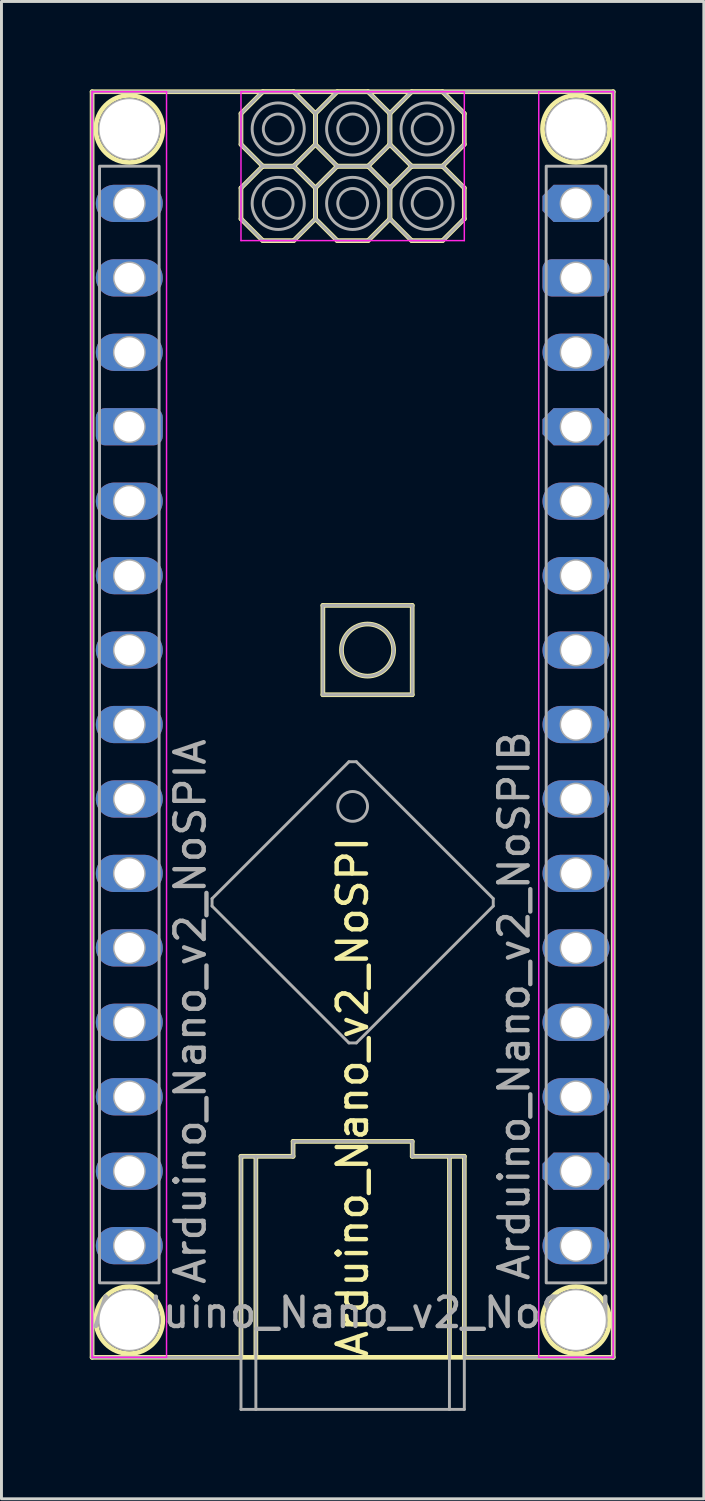
<source format=kicad_pcb>
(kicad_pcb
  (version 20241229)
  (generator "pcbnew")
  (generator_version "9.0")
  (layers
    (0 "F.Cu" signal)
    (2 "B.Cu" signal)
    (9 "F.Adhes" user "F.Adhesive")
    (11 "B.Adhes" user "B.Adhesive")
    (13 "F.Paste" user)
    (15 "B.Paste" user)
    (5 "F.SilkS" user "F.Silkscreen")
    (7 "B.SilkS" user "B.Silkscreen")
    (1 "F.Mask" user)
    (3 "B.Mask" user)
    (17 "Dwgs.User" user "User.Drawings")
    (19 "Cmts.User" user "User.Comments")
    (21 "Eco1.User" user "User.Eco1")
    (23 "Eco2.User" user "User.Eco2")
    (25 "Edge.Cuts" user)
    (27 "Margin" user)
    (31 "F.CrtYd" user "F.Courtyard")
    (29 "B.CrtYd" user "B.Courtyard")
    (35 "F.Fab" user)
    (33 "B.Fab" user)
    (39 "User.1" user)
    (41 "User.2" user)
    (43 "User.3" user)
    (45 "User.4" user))
  (footprint "Arduino_Nano_v2_NoSPI"
    (layer "F.Cu")
    (at 8.982 1.35)
    (property "Reference" "Arduino_Nano_v2_NoSPI" (at 0 33.02 270) (layer "F.SilkS") (effects (font (size 1 1) (thickness 0.15))))
    (attr through_hole)
    (fp_line (start -8.89 -1.27) (end -8.89 41.91) (stroke (width 0.16) (type solid)) (layer "F.SilkS"))
    (fp_line (start -8.89 41.91) (end -3.81 41.91) (stroke (width 0.16) (type solid)) (layer "F.SilkS"))
    (fp_line (start -3.81 -0.526) (end -3.81 0.526) (stroke (width 0.16) (type solid)) (layer "F.SilkS"))
    (fp_line (start -3.81 0.526) (end -3.066 1.27) (stroke (width 0.16) (type solid)) (layer "F.SilkS"))
    (fp_line (start -3.81 2.014) (end -3.81 3.066) (stroke (width 0.16) (type solid)) (layer "F.SilkS"))
    (fp_line (start -3.81 3.066) (end -3.066 3.81) (stroke (width 0.16) (type solid)) (layer "F.SilkS"))
    (fp_line (start -3.81 35.052) (end -3.81 41.91) (stroke (width 0.16) (type solid)) (layer "F.SilkS"))
    (fp_line (start -3.302 35.052) (end -3.81 35.052) (stroke (width 0.16) (type solid)) (layer "F.SilkS"))
    (fp_line (start -3.302 35.052) (end -3.302 41.91) (stroke (width 0.16) (type solid)) (layer "F.SilkS"))
    (fp_line (start -3.302 35.052) (end -2.032 35.052) (stroke (width 0.16) (type solid)) (layer "F.SilkS"))
    (fp_line (start -3.302 41.91) (end -3.81 41.91) (stroke (width 0.16) (type solid)) (layer "F.SilkS"))
    (fp_line (start -3.066 -1.27) (end -3.81 -0.526) (stroke (width 0.16) (type solid)) (layer "F.SilkS"))
    (fp_line (start -3.066 1.27) (end -3.81 2.014) (stroke (width 0.16) (type solid)) (layer "F.SilkS"))
    (fp_line (start -3.066 1.27) (end -2.014 1.27) (stroke (width 0.16) (type solid)) (layer "F.SilkS"))
    (fp_line (start -3.066 3.81) (end -2.014 3.81) (stroke (width 0.16) (type solid)) (layer "F.SilkS"))
    (fp_line (start -2.032 34.544) (end -2.032 35.052) (stroke (width 0.16) (type solid)) (layer "F.SilkS"))
    (fp_line (start -2.032 34.544) (end 2.032 34.544) (stroke (width 0.16) (type solid)) (layer "F.SilkS"))
    (fp_line (start -2.014 -1.27) (end -3.066 -1.27) (stroke (width 0.16) (type solid)) (layer "F.SilkS"))
    (fp_line (start -2.014 1.27) (end -3.066 1.27) (stroke (width 0.16) (type solid)) (layer "F.SilkS"))
    (fp_line (start -2.014 1.27) (end -1.27 0.526) (stroke (width 0.16) (type solid)) (layer "F.SilkS"))
    (fp_line (start -2.014 3.81) (end -1.27 3.066) (stroke (width 0.16) (type solid)) (layer "F.SilkS"))
    (fp_line (start -1.27 -0.526) (end -2.014 -1.27) (stroke (width 0.16) (type solid)) (layer "F.SilkS"))
    (fp_line (start -1.27 -0.526) (end -1.27 0.526) (stroke (width 0.16) (type solid)) (layer "F.SilkS"))
    (fp_line (start -1.27 0.526) (end -1.27 -0.526) (stroke (width 0.16) (type solid)) (layer "F.SilkS"))
    (fp_line (start -1.27 0.526) (end -0.526 1.27) (stroke (width 0.16) (type solid)) (layer "F.SilkS"))
    (fp_line (start -1.27 2.014) (end -2.014 1.27) (stroke (width 0.16) (type solid)) (layer "F.SilkS"))
    (fp_line (start -1.27 2.014) (end -1.27 3.066) (stroke (width 0.16) (type solid)) (layer "F.SilkS"))
    (fp_line (start -1.27 3.066) (end -1.27 2.014) (stroke (width 0.16) (type solid)) (layer "F.SilkS"))
    (fp_line (start -1.27 3.066) (end -0.526 3.81) (stroke (width 0.16) (type solid)) (layer "F.SilkS"))
    (fp_line (start -1.016 16.256) (end -1.016 19.304) (stroke (width 0.16) (type solid)) (layer "F.SilkS"))
    (fp_line (start -1.016 19.304) (end 2.032 19.304) (stroke (width 0.16) (type solid)) (layer "F.SilkS"))
    (fp_line (start -0.526 -1.27) (end -1.27 -0.526) (stroke (width 0.16) (type solid)) (layer "F.SilkS"))
    (fp_line (start -0.526 1.27) (end -1.27 2.014) (stroke (width 0.16) (type solid)) (layer "F.SilkS"))
    (fp_line (start -0.526 1.27) (end 0.526 1.27) (stroke (width 0.16) (type solid)) (layer "F.SilkS"))
    (fp_line (start -0.526 3.81) (end 0.526 3.81) (stroke (width 0.16) (type solid)) (layer "F.SilkS"))
    (fp_line (start 0.526 -1.27) (end -0.526 -1.27) (stroke (width 0.16) (type solid)) (layer "F.SilkS"))
    (fp_line (start 0.526 1.27) (end -0.526 1.27) (stroke (width 0.16) (type solid)) (layer "F.SilkS"))
    (fp_line (start 0.526 1.27) (end 1.27 0.526) (stroke (width 0.16) (type solid)) (layer "F.SilkS"))
    (fp_line (start 0.526 3.81) (end 1.27 3.066) (stroke (width 0.16) (type solid)) (layer "F.SilkS"))
    (fp_line (start 1.27 -0.526) (end 0.526 -1.27) (stroke (width 0.16) (type solid)) (layer "F.SilkS"))
    (fp_line (start 1.27 -0.526) (end 1.27 0.526) (stroke (width 0.16) (type solid)) (layer "F.SilkS"))
    (fp_line (start 1.27 0.526) (end 1.27 -0.526) (stroke (width 0.16) (type solid)) (layer "F.SilkS"))
    (fp_line (start 1.27 0.526) (end 2.014 1.27) (stroke (width 0.16) (type solid)) (layer "F.SilkS"))
    (fp_line (start 1.27 2.014) (end 0.526 1.27) (stroke (width 0.16) (type solid)) (layer "F.SilkS"))
    (fp_line (start 1.27 2.014) (end 1.27 3.066) (stroke (width 0.16) (type solid)) (layer "F.SilkS"))
    (fp_line (start 1.27 3.066) (end 1.27 2.014) (stroke (width 0.16) (type solid)) (layer "F.SilkS"))
    (fp_line (start 1.27 3.066) (end 2.014 3.81) (stroke (width 0.16) (type solid)) (layer "F.SilkS"))
    (fp_line (start 2.014 -1.27) (end 1.27 -0.526) (stroke (width 0.16) (type solid)) (layer "F.SilkS"))
    (fp_line (start 2.014 1.27) (end 1.27 2.014) (stroke (width 0.16) (type solid)) (layer "F.SilkS"))
    (fp_line (start 2.014 1.27) (end 3.066 1.27) (stroke (width 0.16) (type solid)) (layer "F.SilkS"))
    (fp_line (start 2.014 3.81) (end 3.066 3.81) (stroke (width 0.16) (type solid)) (layer "F.SilkS"))
    (fp_line (start 2.032 16.256) (end -1.016 16.256) (stroke (width 0.16) (type solid)) (layer "F.SilkS"))
    (fp_line (start 2.032 19.304) (end 2.032 16.256) (stroke (width 0.16) (type solid)) (layer "F.SilkS"))
    (fp_line (start 2.032 34.544) (end 2.032 35.052) (stroke (width 0.16) (type solid)) (layer "F.SilkS"))
    (fp_line (start 3.066 -1.27) (end 2.014 -1.27) (stroke (width 0.16) (type solid)) (layer "F.SilkS"))
    (fp_line (start 3.066 1.27) (end 2.014 1.27) (stroke (width 0.16) (type solid)) (layer "F.SilkS"))
    (fp_line (start 3.066 1.27) (end 3.81 0.526) (stroke (width 0.16) (type solid)) (layer "F.SilkS"))
    (fp_line (start 3.066 3.81) (end 3.81 3.066) (stroke (width 0.16) (type solid)) (layer "F.SilkS"))
    (fp_line (start 3.302 35.052) (end 2.032 35.052) (stroke (width 0.16) (type solid)) (layer "F.SilkS"))
    (fp_line (start 3.302 35.052) (end 3.302 41.91) (stroke (width 0.16) (type solid)) (layer "F.SilkS"))
    (fp_line (start 3.302 35.052) (end 3.81 35.052) (stroke (width 0.16) (type solid)) (layer "F.SilkS"))
    (fp_line (start 3.302 41.91) (end -3.302 41.91) (stroke (width 0.16) (type solid)) (layer "F.SilkS"))
    (fp_line (start 3.81 -0.526) (end 3.066 -1.27) (stroke (width 0.16) (type solid)) (layer "F.SilkS"))
    (fp_line (start 3.81 0.526) (end 3.81 -0.526) (stroke (width 0.16) (type solid)) (layer "F.SilkS"))
    (fp_line (start 3.81 2.014) (end 3.066 1.27) (stroke (width 0.16) (type solid)) (layer "F.SilkS"))
    (fp_line (start 3.81 3.066) (end 3.81 2.014) (stroke (width 0.16) (type solid)) (layer "F.SilkS"))
    (fp_line (start 3.81 35.052) (end 3.81 41.91) (stroke (width 0.16) (type solid)) (layer "F.SilkS"))
    (fp_line (start 3.81 41.91) (end 3.302 41.91) (stroke (width 0.16) (type solid)) (layer "F.SilkS"))
    (fp_line (start 3.81 41.91) (end 8.89 41.91) (stroke (width 0.16) (type solid)) (layer "F.SilkS"))
    (fp_line (start 8.89 -1.27) (end -8.89 -1.27) (stroke (width 0.16) (type solid)) (layer "F.SilkS"))
    (fp_line (start 8.89 41.91) (end 8.89 -1.27) (stroke (width 0.16) (type solid)) (layer "F.SilkS"))
    (fp_circle (center -7.62 0) (end -8.763 0) (stroke (width 0.16) (type solid)) (fill no) (layer "F.SilkS"))
    (fp_circle (center -7.62 40.64) (end -8.763 40.64) (stroke (width 0.16) (type solid)) (fill no) (layer "F.SilkS"))
    (fp_circle (center 0.508 17.78) (end -0.381 17.78) (stroke (width 0.16) (type solid)) (fill no) (layer "F.SilkS"))
    (fp_circle (center 7.62 0) (end 6.477 0) (stroke (width 0.16) (type solid)) (fill no) (layer "F.SilkS"))
    (fp_circle (center 7.62 40.64) (end 6.477 40.64) (stroke (width 0.16) (type solid)) (fill no) (layer "F.SilkS"))
    (fp_line (start -8.89 -1.27) (end -8.89 41.91) (stroke (width 0.05) (type solid)) (layer "F.CrtYd"))
    (fp_line (start -8.89 41.91) (end -6.35 41.91) (stroke (width 0.05) (type solid)) (layer "F.CrtYd"))
    (fp_line (start -6.35 -1.27) (end -8.89 -1.27) (stroke (width 0.05) (type default)) (layer "F.CrtYd"))
    (fp_line (start -6.35 -1.27) (end -6.35 41.91) (stroke (width 0.05) (type default)) (layer "F.CrtYd"))
    (fp_line (start -3.81 3.81) (end -3.81 -1.27) (stroke (width 0.05) (type default)) (layer "F.CrtYd"))
    (fp_line (start 3.81 -1.27) (end -3.81 -1.27) (stroke (width 0.05) (type solid)) (layer "F.CrtYd"))
    (fp_line (start 3.81 -1.27) (end 3.81 3.81) (stroke (width 0.05) (type default)) (layer "F.CrtYd"))
    (fp_line (start 3.81 3.81) (end -3.81 3.81) (stroke (width 0.05) (type default)) (layer "F.CrtYd"))
    (fp_line (start 6.35 -1.27) (end 8.89 -1.27) (stroke (width 0.05) (type default)) (layer "F.CrtYd"))
    (fp_line (start 6.35 41.91) (end 6.35 -1.27) (stroke (width 0.05) (type default)) (layer "F.CrtYd"))
    (fp_line (start 6.35 41.91) (end 8.89 41.91) (stroke (width 0.05) (type solid)) (layer "F.CrtYd"))
    (fp_line (start 8.89 41.91) (end 8.89 -1.27) (stroke (width 0.05) (type solid)) (layer "F.CrtYd"))
    (fp_line (start -8.89 -1.27) (end -8.89 41.91) (stroke (width 0.1) (type solid)) (layer "F.Fab"))
    (fp_line (start -8.89 41.91) (end -3.81 41.91) (stroke (width 0.1) (type solid)) (layer "F.Fab"))
    (fp_line (start -4.797 26.26) (end -0.127 21.59) (stroke (width 0.1) (type solid)) (layer "F.Fab"))
    (fp_line (start -4.797 26.514) (end -4.797 26.26) (stroke (width 0.1) (type solid)) (layer "F.Fab"))
    (fp_line (start -3.81 -0.526) (end -3.81 0.526) (stroke (width 0.1) (type solid)) (layer "F.Fab"))
    (fp_line (start -3.81 0.526) (end -3.066 1.27) (stroke (width 0.1) (type solid)) (layer "F.Fab"))
    (fp_line (start -3.81 2.014) (end -3.81 3.066) (stroke (width 0.1) (type solid)) (layer "F.Fab"))
    (fp_line (start -3.81 3.066) (end -3.066 3.81) (stroke (width 0.1) (type solid)) (layer "F.Fab"))
    (fp_line (start -3.81 35.052) (end -3.81 43.688) (stroke (width 0.1) (type solid)) (layer "F.Fab"))
    (fp_line (start -3.302 35.052) (end -3.81 35.052) (stroke (width 0.1) (type solid)) (layer "F.Fab"))
    (fp_line (start -3.302 35.052) (end -3.302 43.688) (stroke (width 0.1) (type solid)) (layer "F.Fab"))
    (fp_line (start -3.302 35.052) (end -2.032 35.052) (stroke (width 0.1) (type solid)) (layer "F.Fab"))
    (fp_line (start -3.302 43.688) (end -3.81 43.688) (stroke (width 0.1) (type solid)) (layer "F.Fab"))
    (fp_line (start -3.066 -1.27) (end -3.81 -0.526) (stroke (width 0.1) (type solid)) (layer "F.Fab"))
    (fp_line (start -3.066 1.27) (end -3.81 2.014) (stroke (width 0.1) (type solid)) (layer "F.Fab"))
    (fp_line (start -3.066 1.27) (end -2.014 1.27) (stroke (width 0.1) (type solid)) (layer "F.Fab"))
    (fp_line (start -3.066 3.81) (end -2.014 3.81) (stroke (width 0.1) (type solid)) (layer "F.Fab"))
    (fp_line (start -2.032 34.544) (end -2.032 35.052) (stroke (width 0.1) (type solid)) (layer "F.Fab"))
    (fp_line (start -2.032 34.544) (end 2.032 34.544) (stroke (width 0.1) (type solid)) (layer "F.Fab"))
    (fp_line (start -2.014 -1.27) (end -3.066 -1.27) (stroke (width 0.1) (type solid)) (layer "F.Fab"))
    (fp_line (start -2.014 1.27) (end -3.066 1.27) (stroke (width 0.1) (type solid)) (layer "F.Fab"))
    (fp_line (start -2.014 1.27) (end -1.27 0.526) (stroke (width 0.1) (type solid)) (layer "F.Fab"))
    (fp_line (start -2.014 3.81) (end -1.27 3.066) (stroke (width 0.1) (type solid)) (layer "F.Fab"))
    (fp_line (start -1.27 -0.526) (end -2.014 -1.27) (stroke (width 0.1) (type solid)) (layer "F.Fab"))
    (fp_line (start -1.27 -0.526) (end -1.27 0.526) (stroke (width 0.1) (type solid)) (layer "F.Fab"))
    (fp_line (start -1.27 0.526) (end -1.27 -0.526) (stroke (width 0.1) (type solid)) (layer "F.Fab"))
    (fp_line (start -1.27 0.526) (end -0.526 1.27) (stroke (width 0.1) (type solid)) (layer "F.Fab"))
    (fp_line (start -1.27 2.014) (end -2.014 1.27) (stroke (width 0.1) (type solid)) (layer "F.Fab"))
    (fp_line (start -1.27 2.014) (end -1.27 3.066) (stroke (width 0.1) (type solid)) (layer "F.Fab"))
    (fp_line (start -1.27 3.066) (end -1.27 2.014) (stroke (width 0.1) (type solid)) (layer "F.Fab"))
    (fp_line (start -1.27 3.066) (end -0.526 3.81) (stroke (width 0.1) (type solid)) (layer "F.Fab"))
    (fp_line (start -1.016 16.256) (end -1.016 19.304) (stroke (width 0.1) (type solid)) (layer "F.Fab"))
    (fp_line (start -1.016 19.304) (end 2.032 19.304) (stroke (width 0.1) (type solid)) (layer "F.Fab"))
    (fp_line (start -0.526 -1.27) (end -1.27 -0.526) (stroke (width 0.1) (type solid)) (layer "F.Fab"))
    (fp_line (start -0.526 1.27) (end -1.27 2.014) (stroke (width 0.1) (type solid)) (layer "F.Fab"))
    (fp_line (start -0.526 1.27) (end 0.526 1.27) (stroke (width 0.1) (type solid)) (layer "F.Fab"))
    (fp_line (start -0.526 3.81) (end 0.526 3.81) (stroke (width 0.1) (type solid)) (layer "F.Fab"))
    (fp_line (start -0.127 21.59) (end 0.127 21.59) (stroke (width 0.1) (type solid)) (layer "F.Fab"))
    (fp_line (start -0.127 31.183) (end -4.797 26.514) (stroke (width 0.1) (type solid)) (layer "F.Fab"))
    (fp_line (start 0.127 21.59) (end 4.797 26.26) (stroke (width 0.1) (type solid)) (layer "F.Fab"))
    (fp_line (start 0.127 31.183) (end -0.127 31.183) (stroke (width 0.1) (type solid)) (layer "F.Fab"))
    (fp_line (start 0.526 -1.27) (end -0.526 -1.27) (stroke (width 0.1) (type solid)) (layer "F.Fab"))
    (fp_line (start 0.526 1.27) (end -0.526 1.27) (stroke (width 0.1) (type solid)) (layer "F.Fab"))
    (fp_line (start 0.526 1.27) (end 1.27 0.526) (stroke (width 0.1) (type solid)) (layer "F.Fab"))
    (fp_line (start 0.526 3.81) (end 1.27 3.066) (stroke (width 0.1) (type solid)) (layer "F.Fab"))
    (fp_line (start 1.27 -0.526) (end 0.526 -1.27) (stroke (width 0.1) (type solid)) (layer "F.Fab"))
    (fp_line (start 1.27 -0.526) (end 1.27 0.526) (stroke (width 0.1) (type solid)) (layer "F.Fab"))
    (fp_line (start 1.27 0.526) (end 1.27 -0.526) (stroke (width 0.1) (type solid)) (layer "F.Fab"))
    (fp_line (start 1.27 0.526) (end 2.014 1.27) (stroke (width 0.1) (type solid)) (layer "F.Fab"))
    (fp_line (start 1.27 2.014) (end 0.526 1.27) (stroke (width 0.1) (type solid)) (layer "F.Fab"))
    (fp_line (start 1.27 2.014) (end 1.27 3.066) (stroke (width 0.1) (type solid)) (layer "F.Fab"))
    (fp_line (start 1.27 3.066) (end 1.27 2.014) (stroke (width 0.1) (type solid)) (layer "F.Fab"))
    (fp_line (start 1.27 3.066) (end 2.014 3.81) (stroke (width 0.1) (type solid)) (layer "F.Fab"))
    (fp_line (start 2.014 -1.27) (end 1.27 -0.526) (stroke (width 0.1) (type solid)) (layer "F.Fab"))
    (fp_line (start 2.014 1.27) (end 1.27 2.014) (stroke (width 0.1) (type solid)) (layer "F.Fab"))
    (fp_line (start 2.014 1.27) (end 3.066 1.27) (stroke (width 0.1) (type solid)) (layer "F.Fab"))
    (fp_line (start 2.014 3.81) (end 3.066 3.81) (stroke (width 0.1) (type solid)) (layer "F.Fab"))
    (fp_line (start 2.032 16.256) (end -1.016 16.256) (stroke (width 0.1) (type solid)) (layer "F.Fab"))
    (fp_line (start 2.032 19.304) (end 2.032 16.256) (stroke (width 0.1) (type solid)) (layer "F.Fab"))
    (fp_line (start 2.032 34.544) (end 2.032 35.052) (stroke (width 0.1) (type solid)) (layer "F.Fab"))
    (fp_line (start 3.066 -1.27) (end 2.014 -1.27) (stroke (width 0.1) (type solid)) (layer "F.Fab"))
    (fp_line (start 3.066 1.27) (end 2.014 1.27) (stroke (width 0.1) (type solid)) (layer "F.Fab"))
    (fp_line (start 3.066 1.27) (end 3.81 0.526) (stroke (width 0.1) (type solid)) (layer "F.Fab"))
    (fp_line (start 3.066 3.81) (end 3.81 3.066) (stroke (width 0.1) (type solid)) (layer "F.Fab"))
    (fp_line (start 3.302 35.052) (end 2.032 35.052) (stroke (width 0.1) (type solid)) (layer "F.Fab"))
    (fp_line (start 3.302 35.052) (end 3.302 43.688) (stroke (width 0.1) (type solid)) (layer "F.Fab"))
    (fp_line (start 3.302 35.052) (end 3.81 35.052) (stroke (width 0.1) (type solid)) (layer "F.Fab"))
    (fp_line (start 3.302 43.688) (end -3.302 43.688) (stroke (width 0.1) (type solid)) (layer "F.Fab"))
    (fp_line (start 3.81 -0.526) (end 3.066 -1.27) (stroke (width 0.1) (type solid)) (layer "F.Fab"))
    (fp_line (start 3.81 0.526) (end 3.81 -0.526) (stroke (width 0.1) (type solid)) (layer "F.Fab"))
    (fp_line (start 3.81 2.014) (end 3.066 1.27) (stroke (width 0.1) (type solid)) (layer "F.Fab"))
    (fp_line (start 3.81 3.066) (end 3.81 2.014) (stroke (width 0.1) (type solid)) (layer "F.Fab"))
    (fp_line (start 3.81 35.052) (end 3.81 43.688) (stroke (width 0.1) (type solid)) (layer "F.Fab"))
    (fp_line (start 3.81 41.91) (end 8.89 41.91) (stroke (width 0.1) (type solid)) (layer "F.Fab"))
    (fp_line (start 3.81 43.688) (end 3.302 43.688) (stroke (width 0.1) (type solid)) (layer "F.Fab"))
    (fp_line (start 4.797 26.26) (end 4.797 26.514) (stroke (width 0.1) (type solid)) (layer "F.Fab"))
    (fp_line (start 4.797 26.514) (end 0.127 31.183) (stroke (width 0.1) (type solid)) (layer "F.Fab"))
    (fp_line (start 8.89 -1.27) (end -8.89 -1.27) (stroke (width 0.1) (type solid)) (layer "F.Fab"))
    (fp_line (start 8.89 41.91) (end 8.89 -1.27) (stroke (width 0.1) (type solid)) (layer "F.Fab"))
    (fp_rect (start -8.636 1.27) (end -6.604 39.37) (stroke (width 0.1) (type solid)) (fill no) (layer "F.Fab"))
    (fp_rect (start 6.604 1.27) (end 8.636 39.37) (stroke (width 0.1) (type solid)) (fill no) (layer "F.Fab"))
    (fp_circle (center -7.62 0) (end -8.636 0) (stroke (width 0.1) (type solid)) (fill no) (layer "F.Fab"))
    (fp_circle (center -7.62 2.54) (end -8.128 2.54) (stroke (width 0.1) (type solid)) (fill no) (layer "F.Fab"))
    (fp_circle (center -7.62 5.08) (end -8.128 5.08) (stroke (width 0.1) (type solid)) (fill no) (layer "F.Fab"))
    (fp_circle (center -7.62 7.62) (end -8.128 7.62) (stroke (width 0.1) (type solid)) (fill no) (layer "F.Fab"))
    (fp_circle (center -7.62 10.16) (end -8.128 10.16) (stroke (width 0.1) (type solid)) (fill no) (layer "F.Fab"))
    (fp_circle (center -7.62 12.7) (end -8.128 12.7) (stroke (width 0.1) (type solid)) (fill no) (layer "F.Fab"))
    (fp_circle (center -7.62 15.24) (end -8.128 15.24) (stroke (width 0.1) (type solid)) (fill no) (layer "F.Fab"))
    (fp_circle (center -7.62 17.78) (end -8.128 17.78) (stroke (width 0.1) (type solid)) (fill no) (layer "F.Fab"))
    (fp_circle (center -7.62 20.32) (end -8.128 20.32) (stroke (width 0.1) (type solid)) (fill no) (layer "F.Fab"))
    (fp_circle (center -7.62 22.86) (end -8.128 22.86) (stroke (width 0.1) (type solid)) (fill no) (layer "F.Fab"))
    (fp_circle (center -7.62 25.4) (end -8.128 25.4) (stroke (width 0.1) (type solid)) (fill no) (layer "F.Fab"))
    (fp_circle (center -7.62 27.94) (end -8.128 27.94) (stroke (width 0.1) (type solid)) (fill no) (layer "F.Fab"))
    (fp_circle (center -7.62 30.48) (end -8.128 30.48) (stroke (width 0.1) (type solid)) (fill no) (layer "F.Fab"))
    (fp_circle (center -7.62 33.02) (end -8.128 33.02) (stroke (width 0.1) (type solid)) (fill no) (layer "F.Fab"))
    (fp_circle (center -7.62 35.56) (end -8.128 35.56) (stroke (width 0.1) (type solid)) (fill no) (layer "F.Fab"))
    (fp_circle (center -7.62 38.1) (end -8.128 38.1) (stroke (width 0.1) (type solid)) (fill no) (layer "F.Fab"))
    (fp_circle (center -7.62 40.64) (end -8.636 40.64) (stroke (width 0.1) (type solid)) (fill no) (layer "F.Fab"))
    (fp_circle (center -2.54 0) (end -3.429 0) (stroke (width 0.1) (type solid)) (fill no) (layer "F.Fab"))
    (fp_circle (center -2.54 0) (end -3.048 0) (stroke (width 0.1) (type solid)) (fill no) (layer "F.Fab"))
    (fp_circle (center -2.54 2.54) (end -3.429 2.54) (stroke (width 0.1) (type solid)) (fill no) (layer "F.Fab"))
    (fp_circle (center -2.54 2.54) (end -3.048 2.54) (stroke (width 0.1) (type solid)) (fill no) (layer "F.Fab"))
    (fp_circle (center 0 0) (end -0.889 0) (stroke (width 0.1) (type solid)) (fill no) (layer "F.Fab"))
    (fp_circle (center 0 0) (end -0.508 0) (stroke (width 0.1) (type solid)) (fill no) (layer "F.Fab"))
    (fp_circle (center 0 2.54) (end -0.889 2.54) (stroke (width 0.1) (type solid)) (fill no) (layer "F.Fab"))
    (fp_circle (center 0 2.54) (end -0.508 2.54) (stroke (width 0.1) (type solid)) (fill no) (layer "F.Fab"))
    (fp_circle (center 0 23.114) (end -0.508 23.114) (stroke (width 0.1) (type solid)) (fill no) (layer "F.Fab"))
    (fp_circle (center 0.508 17.78) (end -0.381 17.78) (stroke (width 0.1) (type solid)) (fill no) (layer "F.Fab"))
    (fp_circle (center 2.54 0) (end 1.651 0) (stroke (width 0.1) (type solid)) (fill no) (layer "F.Fab"))
    (fp_circle (center 2.54 0) (end 2.032 0) (stroke (width 0.1) (type solid)) (fill no) (layer "F.Fab"))
    (fp_circle (center 2.54 2.54) (end 1.651 2.54) (stroke (width 0.1) (type solid)) (fill no) (layer "F.Fab"))
    (fp_circle (center 2.54 2.54) (end 2.032 2.54) (stroke (width 0.1) (type solid)) (fill no) (layer "F.Fab"))
    (fp_circle (center 7.62 0) (end 6.604 0) (stroke (width 0.1) (type solid)) (fill no) (layer "F.Fab"))
    (fp_circle (center 7.62 2.54) (end 7.112 2.54) (stroke (width 0.1) (type solid)) (fill no) (layer "F.Fab"))
    (fp_circle (center 7.62 5.08) (end 7.112 5.08) (stroke (width 0.1) (type solid)) (fill no) (layer "F.Fab"))
    (fp_circle (center 7.62 7.62) (end 7.112 7.62) (stroke (width 0.1) (type solid)) (fill no) (layer "F.Fab"))
    (fp_circle (center 7.62 10.16) (end 7.112 10.16) (stroke (width 0.1) (type solid)) (fill no) (layer "F.Fab"))
    (fp_circle (center 7.62 12.7) (end 7.112 12.7) (stroke (width 0.1) (type solid)) (fill no) (layer "F.Fab"))
    (fp_circle (center 7.62 15.24) (end 7.112 15.24) (stroke (width 0.1) (type solid)) (fill no) (layer "F.Fab"))
    (fp_circle (center 7.62 17.78) (end 7.112 17.78) (stroke (width 0.1) (type solid)) (fill no) (layer "F.Fab"))
    (fp_circle (center 7.62 20.32) (end 7.112 20.32) (stroke (width 0.1) (type solid)) (fill no) (layer "F.Fab"))
    (fp_circle (center 7.62 22.86) (end 7.112 22.86) (stroke (width 0.1) (type solid)) (fill no) (layer "F.Fab"))
    (fp_circle (center 7.62 25.4) (end 7.112 25.4) (stroke (width 0.1) (type solid)) (fill no) (layer "F.Fab"))
    (fp_circle (center 7.62 27.94) (end 7.112 27.94) (stroke (width 0.1) (type solid)) (fill no) (layer "F.Fab"))
    (fp_circle (center 7.62 30.48) (end 7.112 30.48) (stroke (width 0.1) (type solid)) (fill no) (layer "F.Fab"))
    (fp_circle (center 7.62 33.02) (end 7.112 33.02) (stroke (width 0.1) (type solid)) (fill no) (layer "F.Fab"))
    (fp_circle (center 7.62 35.56) (end 7.112 35.56) (stroke (width 0.1) (type solid)) (fill no) (layer "F.Fab"))
    (fp_circle (center 7.62 38.1) (end 7.112 38.1) (stroke (width 0.1) (type solid)) (fill no) (layer "F.Fab"))
    (fp_circle (center 7.62 40.64) (end 6.604 40.64) (stroke (width 0.1) (type solid)) (fill no) (layer "F.Fab"))
    (fp_text user "${REFERENCE}B" (at 6.096 39.37 90) (unlocked yes) (layer "F.Fab") (effects (font (size 1 1) (thickness 0.15)) (justify left bottom)))
    (fp_text user "${REFERENCE}A" (at -4.953 39.497 90) (unlocked yes) (layer "F.Fab") (effects (font (size 1 1) (thickness 0.15)) (justify left bottom)))
    (fp_text user "${REFERENCE}" (at 0 40.386 180) (layer "F.Fab") (effects (font (size 1 1) (thickness 0.15))))
    (pad "" np_thru_hole circle (at -7.62 0) (size 2.032 2.032) (drill 2.032) (layers "*.Cu" "*.Mask"))
    (pad "" np_thru_hole circle (at -7.62 40.64) (size 2.032 2.032) (drill 2.032) (layers "*.Cu" "*.Mask"))
    (pad "" np_thru_hole circle (at 7.62 0) (size 2.032 2.032) (drill 2.032) (layers "*.Cu" "*.Mask"))
    (pad "" np_thru_hole circle (at 7.62 40.64) (size 2.032 2.032) (drill 2.032) (layers "*.Cu" "*.Mask"))
    (pad "3V3" thru_hole roundrect (at 7.62 35.56) (size 2.286 1.27) (drill 1.016) (layers "*.Cu" "*.Mask") (roundrect_rratio 0) (chamfer_ratio 0.3) (chamfer top_left top_right bottom_left bottom_right))
    (pad "5V" thru_hole roundrect (at 7.62 10.16) (size 2.286 1.27) (drill 1.016) (layers "*.Cu" "*.Mask") (roundrect_rratio 0) (chamfer_ratio 0.3) (chamfer top_left top_right bottom_left bottom_right))
    (pad "A0" thru_hole oval (at 7.62 30.48) (size 2.286 1.27) (drill 1.016) (layers "*.Cu" "*.Mask"))
    (pad "A1" thru_hole oval (at 7.62 27.94) (size 2.286 1.27) (drill 1.016) (layers "*.Cu" "*.Mask"))
    (pad "A2" thru_hole oval (at 7.62 25.4) (size 2.286 1.27) (drill 1.016) (layers "*.Cu" "*.Mask"))
    (pad "A3" thru_hole oval (at 7.62 22.86) (size 2.286 1.27) (drill 1.016) (layers "*.Cu" "*.Mask"))
    (pad "A4" thru_hole oval (at 7.62 20.32) (size 2.286 1.27) (drill 1.016) (layers "*.Cu" "*.Mask"))
    (pad "A5" thru_hole oval (at 7.62 17.78) (size 2.286 1.27) (drill 1.016) (layers "*.Cu" "*.Mask"))
    (pad "A6" thru_hole oval (at 7.62 15.24) (size 2.286 1.27) (drill 1.016) (layers "*.Cu" "*.Mask"))
    (pad "A7" thru_hole oval (at 7.62 12.7) (size 2.286 1.27) (drill 1.016) (layers "*.Cu" "*.Mask"))
    (pad "AREF" thru_hole oval (at 7.62 33.02) (size 2.286 1.27) (drill 1.016) (layers "*.Cu" "*.Mask"))
    (pad "D0" thru_hole oval (at -7.62 5.08) (size 2.286 1.27) (drill 1.016) (layers "*.Cu" "*.Mask"))
    (pad "D1" thru_hole oval (at -7.62 2.54) (size 2.286 1.27) (drill 1.016) (layers "*.Cu" "*.Mask"))
    (pad "D2" thru_hole oval (at -7.62 12.7) (size 2.286 1.27) (drill 1.016) (layers "*.Cu" "*.Mask"))
    (pad "D3" thru_hole oval (at -7.62 15.24) (size 2.286 1.27) (drill 1.016) (layers "*.Cu" "*.Mask"))
    (pad "D4" thru_hole oval (at -7.62 17.78) (size 2.286 1.27) (drill 1.016) (layers "*.Cu" "*.Mask"))
    (pad "D5" thru_hole oval (at -7.62 20.32) (size 2.286 1.27) (drill 1.016) (layers "*.Cu" "*.Mask"))
    (pad "D6" thru_hole oval (at -7.62 22.86) (size 2.286 1.27) (drill 1.016) (layers "*.Cu" "*.Mask"))
    (pad "D7" thru_hole oval (at -7.62 25.4) (size 2.286 1.27) (drill 1.016) (layers "*.Cu" "*.Mask"))
    (pad "D8" thru_hole oval (at -7.62 27.94) (size 2.286 1.27) (drill 1.016) (layers "*.Cu" "*.Mask"))
    (pad "D9" thru_hole oval (at -7.62 30.48) (size 2.286 1.27) (drill 1.016) (layers "*.Cu" "*.Mask"))
    (pad "D10" thru_hole oval (at -7.62 33.02) (size 2.286 1.27) (drill 1.016) (layers "*.Cu" "*.Mask"))
    (pad "D11" thru_hole oval (at -7.62 35.56) (size 2.286 1.27) (drill 1.016) (layers "*.Cu" "*.Mask"))
    (pad "D12" thru_hole oval (at -7.62 38.1) (size 2.286 1.27) (drill 1.016) (layers "*.Cu" "*.Mask"))
    (pad "D13" thru_hole oval (at 7.62 38.1) (size 2.286 1.27) (drill 1.016) (layers "*.Cu" "*.Mask"))
    (pad "GND1" thru_hole roundrect (at -7.62 10.16) (size 2.286 1.27) (drill 1.016) (layers "*.Cu" "*.Mask") (roundrect_rratio 0.25))
    (pad "GND2" thru_hole roundrect (at 7.62 5.08) (size 2.286 1.27) (drill 1.016) (layers "*.Cu" "*.Mask") (roundrect_rratio 0.25))
    (pad "RST1" thru_hole oval (at -7.62 7.62) (size 2.286 1.27) (drill 1.016) (layers "*.Cu" "*.Mask"))
    (pad "RST2" thru_hole oval (at 7.62 7.62) (size 2.286 1.27) (drill 1.016) (layers "*.Cu" "*.Mask"))
    (pad "VIN" thru_hole roundrect (at 7.62 2.54) (size 2.286 1.27) (drill 1.016) (layers "*.Cu" "*.Mask") (roundrect_rratio 0.35) (chamfer_ratio 0.3) (chamfer top_left top_right bottom_left bottom_right)))
  (gr_rect
    (start -3 -3)
    (end 20.964 48.088)
    (stroke (width 0.1) (type default))
    (fill no)
    (layer "Edge.Cuts")))
</source>
